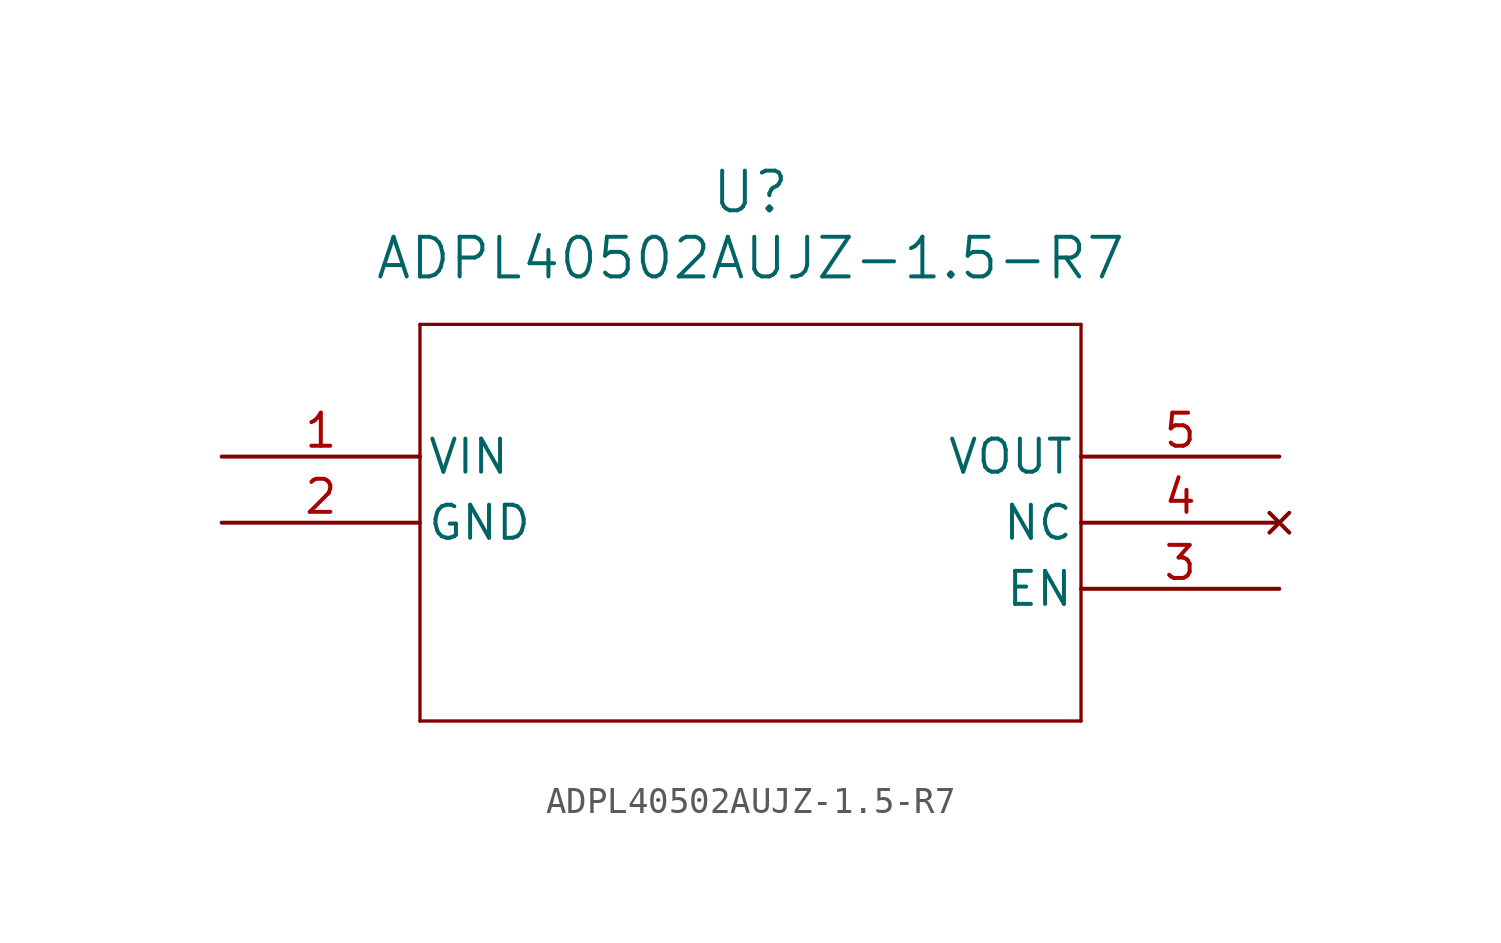
<source format=kicad_sym>
(kicad_symbol_lib
  (version 20211014)
  (generator kicad_symbol_editor)
  (symbol "ADPL40502AUJZ-1.5-R7"
    (pin_names
      (offset 0.254))
    (property "Reference" "U"
      (at 20.32 10.16 0)
      (effects (font (size 1.524 1.524))))
    (property "Value" "ADPL40502AUJZ-1.5-R7"
      (at 20.32 7.62 0)
      (effects (font (size 1.524 1.524))))
    (symbol "ADPL40502AUJZ-1.5-R7_0_1"
      (polyline (pts (xy 7.62 5.08) (xy 7.62 -10.16)) (stroke (width 0.127) (type default) (color 0 0 0 0)) (fill (type none)))
      (polyline (pts (xy 7.62 -10.16) (xy 33.02 -10.16)) (stroke (width 0.127) (type default) (color 0 0 0 0)) (fill (type none)))
      (polyline (pts (xy 33.02 -10.16) (xy 33.02 5.08)) (stroke (width 0.127) (type default) (color 0 0 0 0)) (fill (type none)))
      (polyline (pts (xy 33.02 5.08) (xy 7.62 5.08)) (stroke (width 0.127) (type default) (color 0 0 0 0)) (fill (type none)))
      (pin input line (at 0 0 0) (length 7.62) (name "VIN" (effects (font (size 1.27 1.27)))) (number "1" (effects (font (size 1.27 1.27)))))
      (pin power_out line (at 0 -2.54 0) (length 7.62) (name "GND" (effects (font (size 1.27 1.27)))) (number "2" (effects (font (size 1.27 1.27)))))
      (pin input line (at 40.64 -5.08 180) (length 7.62) (name "EN" (effects (font (size 1.27 1.27)))) (number "3" (effects (font (size 1.27 1.27)))))
      (pin no_connect line (at 40.64 -2.54 180) (length 7.62) (name "NC" (effects (font (size 1.27 1.27)))) (number "4" (effects (font (size 1.27 1.27)))))
      (pin output line (at 40.64 0 180) (length 7.62) (name "VOUT" (effects (font (size 1.27 1.27)))) (number "5" (effects (font (size 1.27 1.27))))))))
</source>
